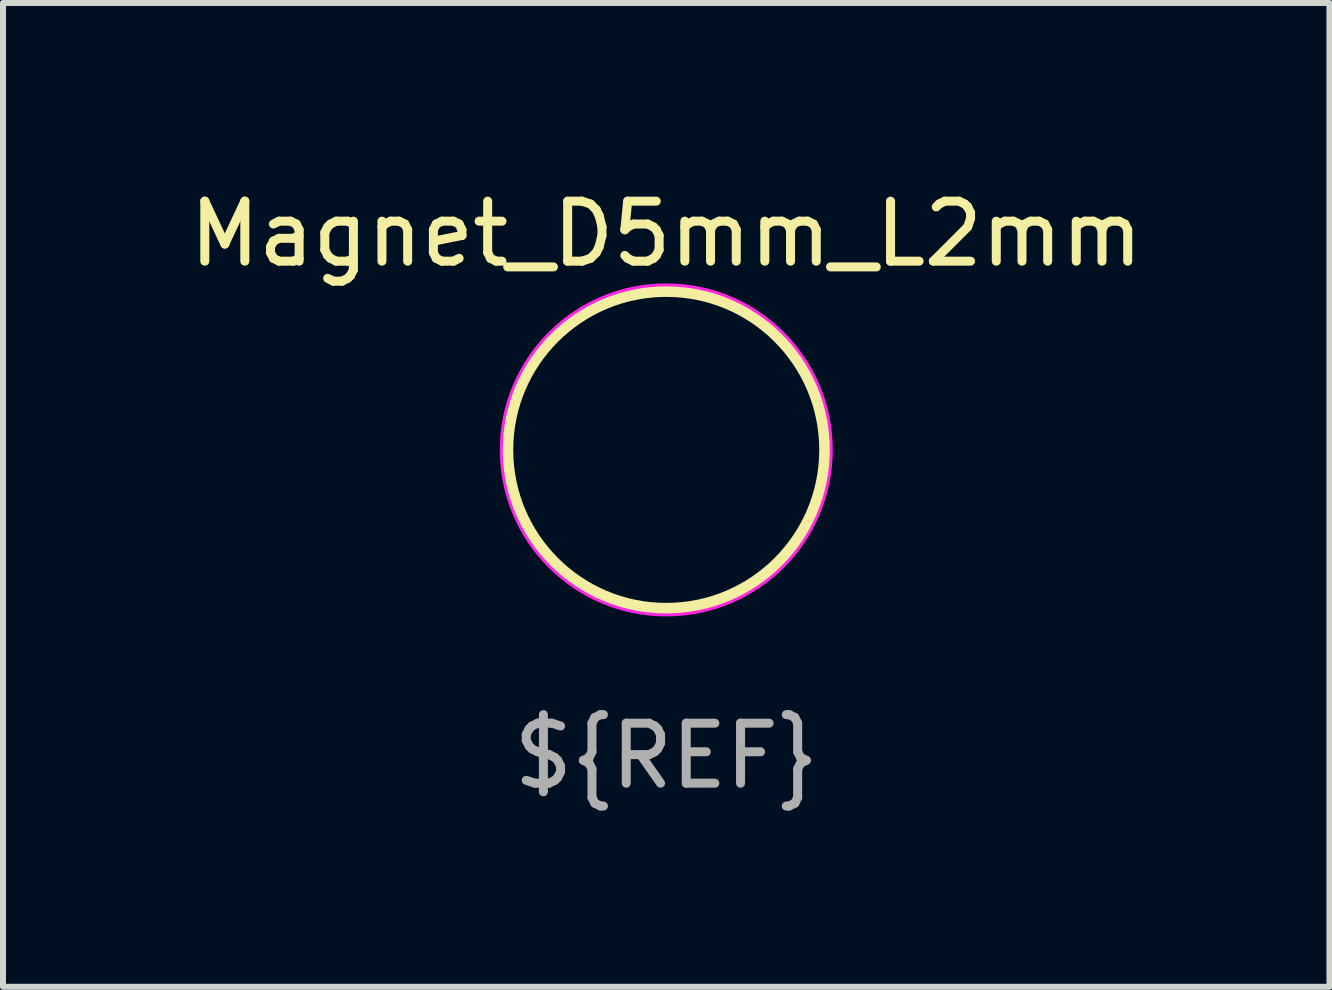
<source format=kicad_pcb>
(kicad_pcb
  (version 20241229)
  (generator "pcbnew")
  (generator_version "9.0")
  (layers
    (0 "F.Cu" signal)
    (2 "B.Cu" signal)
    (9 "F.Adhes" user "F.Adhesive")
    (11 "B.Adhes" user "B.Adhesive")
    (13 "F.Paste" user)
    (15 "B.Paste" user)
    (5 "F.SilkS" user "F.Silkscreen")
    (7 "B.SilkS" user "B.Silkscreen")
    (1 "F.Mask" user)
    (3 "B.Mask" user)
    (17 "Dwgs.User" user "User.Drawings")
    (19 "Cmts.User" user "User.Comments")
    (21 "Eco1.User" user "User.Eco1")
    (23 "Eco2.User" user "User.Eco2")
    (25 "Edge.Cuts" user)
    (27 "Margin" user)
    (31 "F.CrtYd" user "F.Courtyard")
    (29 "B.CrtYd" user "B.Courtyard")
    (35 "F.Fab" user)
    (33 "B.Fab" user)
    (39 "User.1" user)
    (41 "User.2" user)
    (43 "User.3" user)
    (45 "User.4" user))
  (footprint "Magnet_D5mm_L2mm"
    (layer "F.Cu")
    (at 8.054 4.448)
    (property "Reference" "Magnet_D5mm_L2mm" (at 0 -3.6 0) (unlocked yes) (layer "F.SilkS") (effects (font (size 1 1) (thickness 0.15))))
    (attr smd)
    (fp_circle (center 0 0) (end -2.65 0) (stroke (width 0.2) (type solid)) (fill no) (layer "F.SilkS"))
    (fp_circle (center 0 0) (end 2.75 0) (stroke (width 0.05) (type solid)) (fill no) (layer "F.CrtYd"))
    (fp_text user "${REF}" (at 0 5.1 0) (unlocked yes) (layer "F.Fab") (effects (font (size 1 1) (thickness 0.15))))
    (zone (net_name "") (layer "F.Cu") (hatch edge 0.508) (connect_pads) (min_thickness 0.254) (filled_areas_thickness no) (keepout (tracks not_allowed) (vias not_allowed) (pads not_allowed) (copperpour not_allowed) (footprints allowed)) (placement (enabled no)) (fill) (polygon (pts (xy 10.609 4.448) (xy 10.588 4.128) (xy 10.528 3.813) (xy 10.429 3.508) (xy 10.293 3.217) (xy 10.121 2.946) (xy 9.916 2.699) (xy 9.682 2.48) (xy 9.423 2.291) (xy 9.141 2.136) (xy 8.843 2.018) (xy 8.532 1.938) (xy 8.214 1.898) (xy 7.893 1.898) (xy 7.575 1.938) (xy 7.264 2.018) (xy 6.966 2.136) (xy 6.685 2.291) (xy 6.425 2.48) (xy 6.191 2.699) (xy 5.986 2.946) (xy 5.815 3.217) (xy 5.678 3.508) (xy 5.579 3.813) (xy 5.519 4.128) (xy 5.499 4.448) (xy 5.519 4.768) (xy 5.579 5.084) (xy 5.678 5.389) (xy 5.815 5.679) (xy 5.986 5.95) (xy 6.191 6.197) (xy 6.425 6.417) (xy 6.685 6.606) (xy 6.966 6.76) (xy 7.264 6.878) (xy 7.575 6.958) (xy 7.893 6.998) (xy 8.214 6.998) (xy 8.532 6.958) (xy 8.843 6.878) (xy 9.141 6.76) (xy 9.423 6.606) (xy 9.682 6.417) (xy 9.916 6.197) (xy 10.121 5.95) (xy 10.293 5.679) (xy 10.429 5.389) (xy 10.528 5.084) (xy 10.588 4.768)))))
  (gr_rect
    (start -3 -3)
    (end 19.107 13.396)
    (stroke (width 0.1) (type default))
    (fill no)
    (layer "Edge.Cuts")))
</source>
